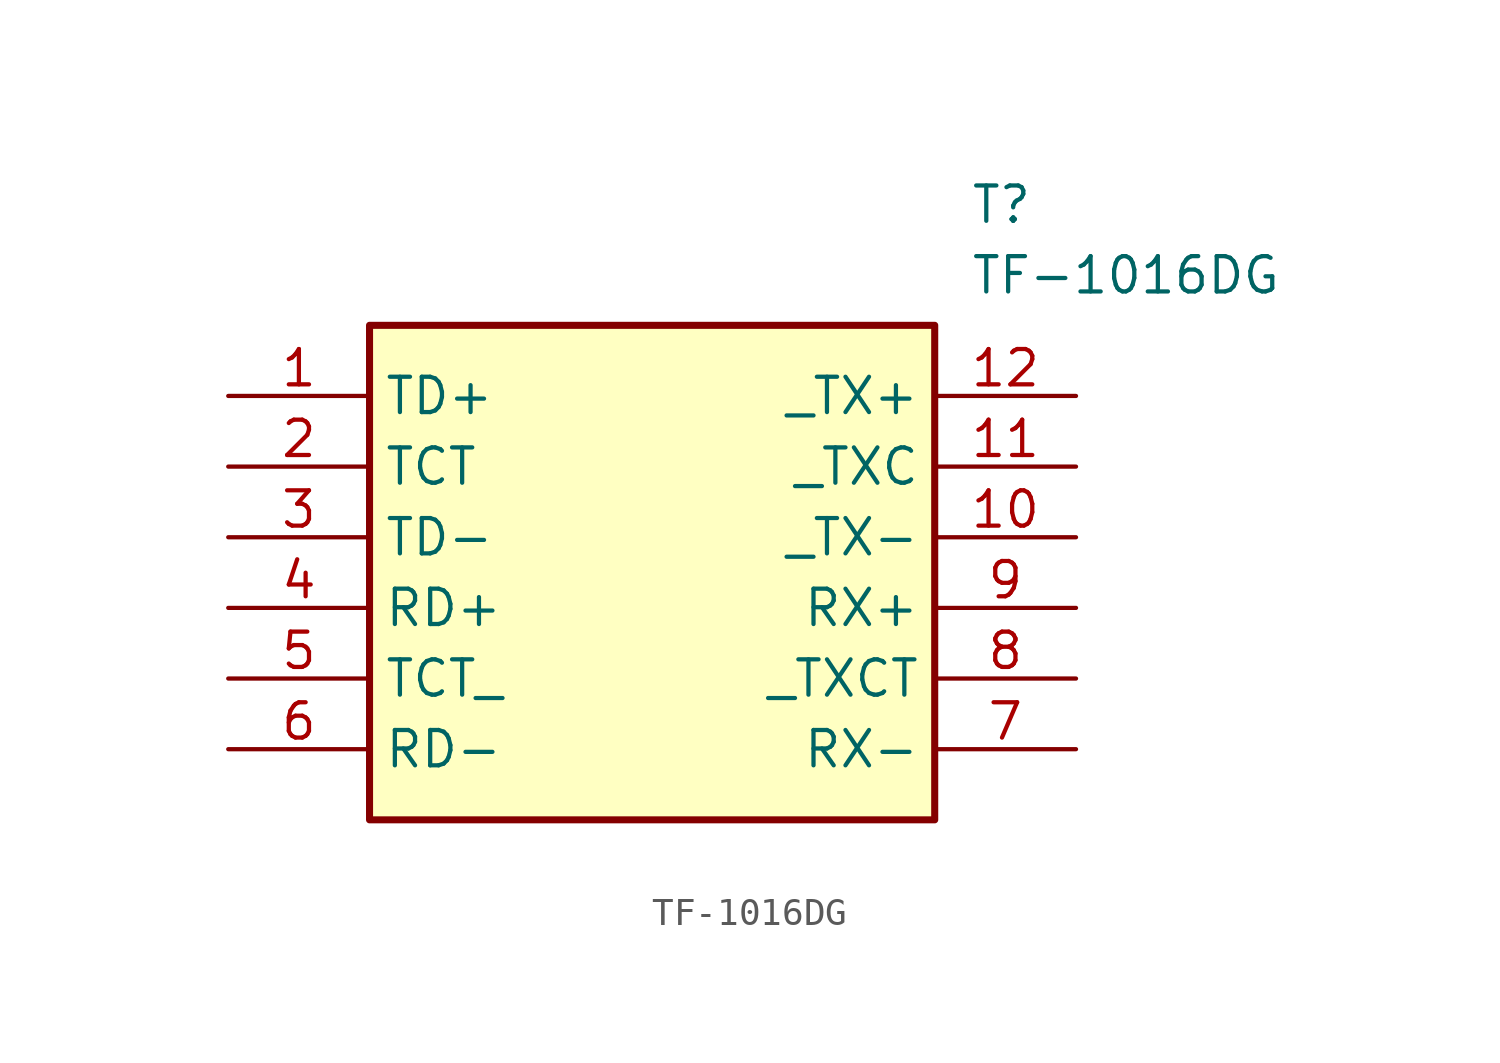
<source format=kicad_sym>
(kicad_symbol_lib
  (version 20211014)
  (generator SamacSys_ECAD_Model)
  (symbol "TF-1016DG"
    (property "Reference" "T"
      (at 26.67 7.62 0)
      (effects (font (size 1.27 1.27)) (justify left top)))
    (property "Value" "TF-1016DG"
      (at 26.67 5.08 0)
      (effects (font (size 1.27 1.27)) (justify left top)))
    (rectangle
      (start 5.08 2.54)
      (end 25.4 -15.24)
      (stroke (width 0.254) (type default))
      (fill (type background)))
    (pin passive line
      (at 0 0 0)
      (length 5.08)
      (name "TD+" (effects (font (size 1.27 1.27))))
      (number "1" (effects (font (size 1.27 1.27)))))
    (pin passive line
      (at 0 -2.54 0)
      (length 5.08)
      (name "TCT" (effects (font (size 1.27 1.27))))
      (number "2" (effects (font (size 1.27 1.27)))))
    (pin passive line
      (at 0 -5.08 0)
      (length 5.08)
      (name "TD-" (effects (font (size 1.27 1.27))))
      (number "3" (effects (font (size 1.27 1.27)))))
    (pin passive line
      (at 0 -7.62 0)
      (length 5.08)
      (name "RD+" (effects (font (size 1.27 1.27))))
      (number "4" (effects (font (size 1.27 1.27)))))
    (pin passive line
      (at 0 -10.16 0)
      (length 5.08)
      (name "TCT_" (effects (font (size 1.27 1.27))))
      (number "5" (effects (font (size 1.27 1.27)))))
    (pin passive line
      (at 0 -12.7 0)
      (length 5.08)
      (name "RD-" (effects (font (size 1.27 1.27))))
      (number "6" (effects (font (size 1.27 1.27)))))
    (pin passive line
      (at 30.48 -12.7 180)
      (length 5.08)
      (name "RX-" (effects (font (size 1.27 1.27))))
      (number "7" (effects (font (size 1.27 1.27)))))
    (pin passive line
      (at 30.48 -10.16 180)
      (length 5.08)
      (name "_TXCT" (effects (font (size 1.27 1.27))))
      (number "8" (effects (font (size 1.27 1.27)))))
    (pin passive line
      (at 30.48 -7.62 180)
      (length 5.08)
      (name "RX+" (effects (font (size 1.27 1.27))))
      (number "9" (effects (font (size 1.27 1.27)))))
    (pin passive line
      (at 30.48 -5.08 180)
      (length 5.08)
      (name "_TX-" (effects (font (size 1.27 1.27))))
      (number "10" (effects (font (size 1.27 1.27)))))
    (pin passive line
      (at 30.48 -2.54 180)
      (length 5.08)
      (name "_TXC" (effects (font (size 1.27 1.27))))
      (number "11" (effects (font (size 1.27 1.27)))))
    (pin passive line
      (at 30.48 0 180)
      (length 5.08)
      (name "_TX+" (effects (font (size 1.27 1.27))))
      (number "12" (effects (font (size 1.27 1.27)))))))
</source>
